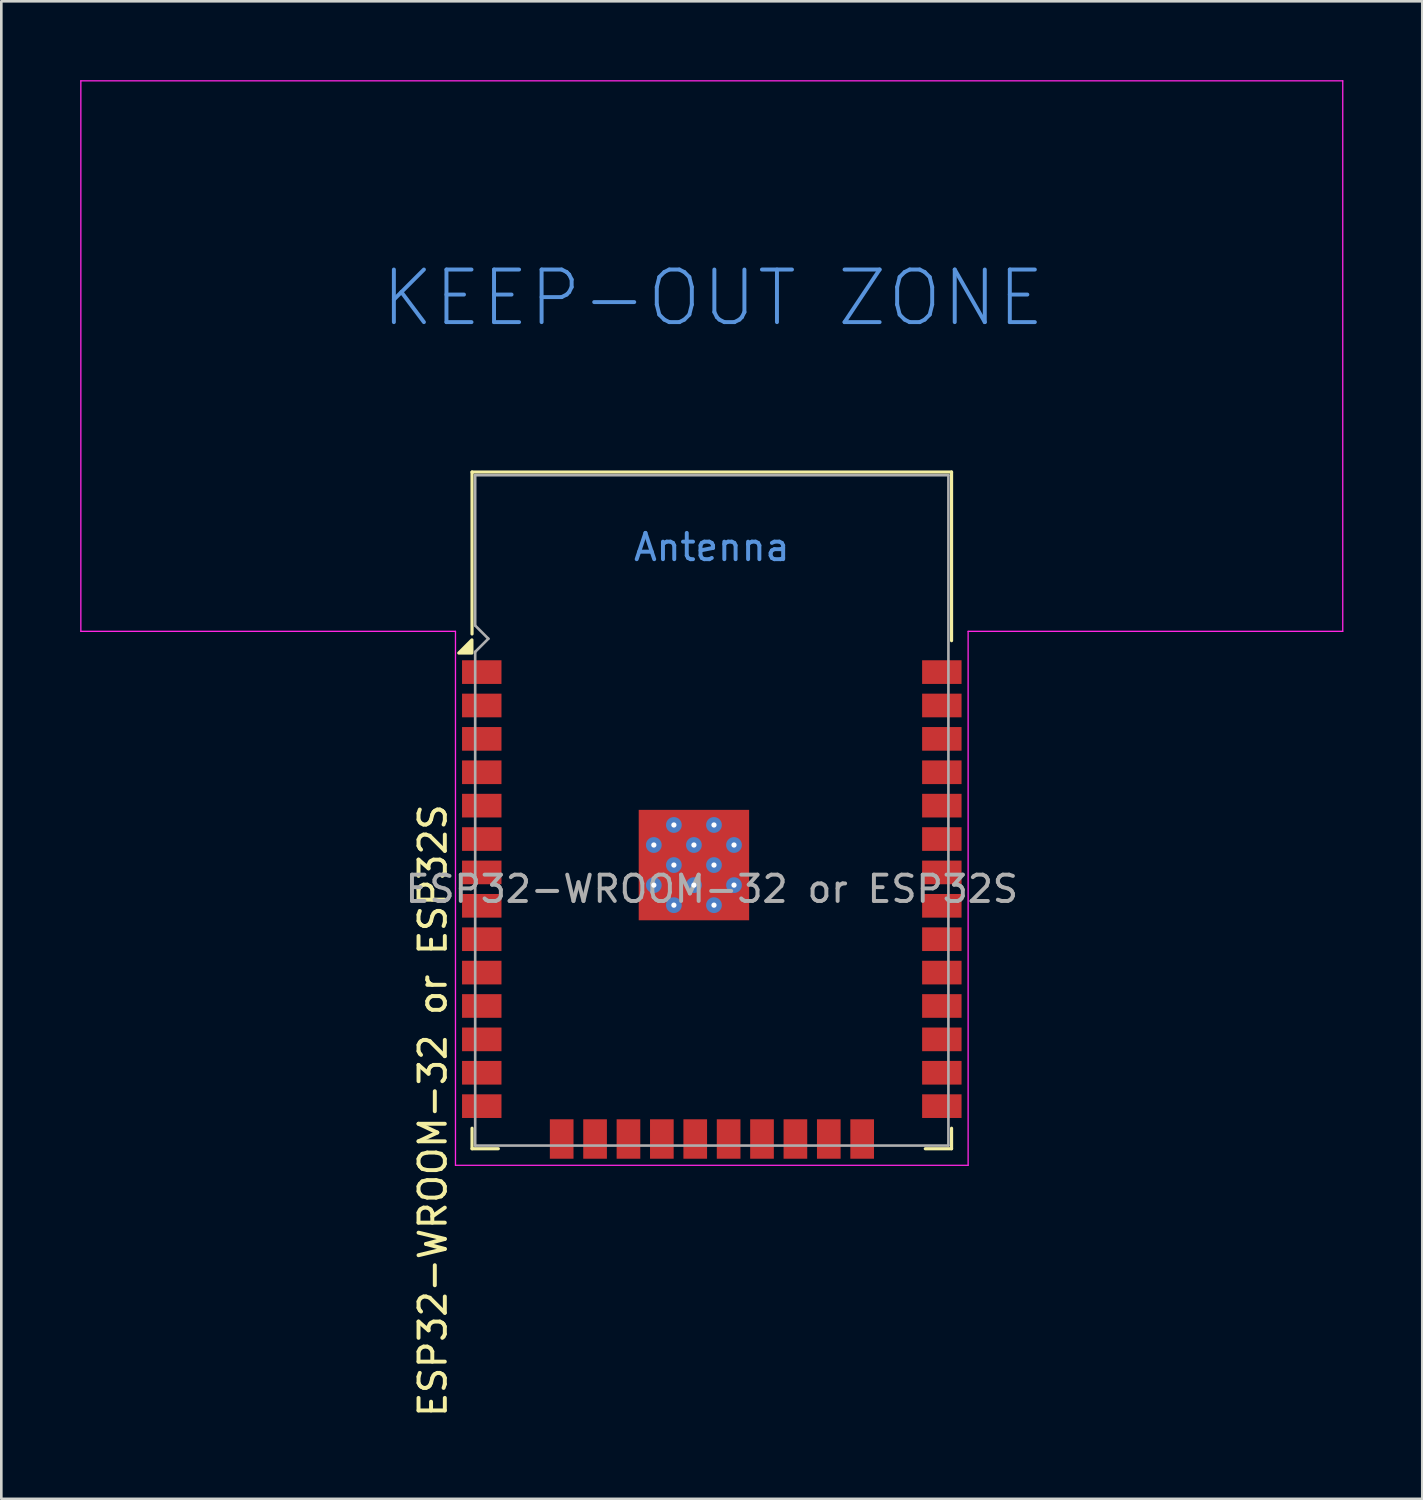
<source format=kicad_pcb>
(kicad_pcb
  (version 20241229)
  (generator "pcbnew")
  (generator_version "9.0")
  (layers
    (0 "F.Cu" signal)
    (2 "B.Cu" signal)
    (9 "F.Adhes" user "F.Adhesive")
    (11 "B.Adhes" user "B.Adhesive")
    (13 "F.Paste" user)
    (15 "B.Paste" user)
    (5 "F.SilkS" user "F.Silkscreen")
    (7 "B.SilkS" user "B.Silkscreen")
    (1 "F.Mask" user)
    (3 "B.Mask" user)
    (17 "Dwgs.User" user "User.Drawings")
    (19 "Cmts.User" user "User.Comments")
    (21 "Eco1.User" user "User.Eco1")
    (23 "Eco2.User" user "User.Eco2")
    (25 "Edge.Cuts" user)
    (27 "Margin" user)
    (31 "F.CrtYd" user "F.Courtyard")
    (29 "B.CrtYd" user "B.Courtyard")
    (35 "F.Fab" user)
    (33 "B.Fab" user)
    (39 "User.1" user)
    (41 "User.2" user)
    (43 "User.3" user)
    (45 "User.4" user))
  (footprint "ESP32-WROOM-32 or ESP32S"
    (layer "F.Cu")
    (at 24.025 30.765)
    (property "Reference" "ESP32-WROOM-32 or ESP32S" (at -10.61 8.43 90) (layer "F.SilkS") (effects (font (size 1 1) (thickness 0.15))))
    (attr smd)
    (fp_line (start -9.12 -15.86) (end -9.12 -9.7) (stroke (width 0.12) (type solid)) (layer "F.SilkS"))
    (fp_line (start -9.12 -15.86) (end 9.12 -15.86) (stroke (width 0.12) (type solid)) (layer "F.SilkS"))
    (fp_line (start -9.12 9.1) (end -9.12 9.88) (stroke (width 0.12) (type solid)) (layer "F.SilkS"))
    (fp_line (start -9.12 9.88) (end -8.12 9.88) (stroke (width 0.12) (type solid)) (layer "F.SilkS"))
    (fp_line (start 9.12 -15.86) (end 9.12 -9.445) (stroke (width 0.12) (type solid)) (layer "F.SilkS"))
    (fp_line (start 9.12 9.1) (end 9.12 9.88) (stroke (width 0.12) (type solid)) (layer "F.SilkS"))
    (fp_line (start 9.12 9.88) (end 8.12 9.88) (stroke (width 0.12) (type solid)) (layer "F.SilkS"))
    (fp_poly (pts (xy -9.125 -8.975) (xy -9.625 -8.975) (xy -9.125 -9.475) (xy -9.125 -8.975)) (stroke (width 0.12) (type solid)) (fill yes) (layer "F.SilkS"))
    (fp_line (start -24 -30.74) (end -24 -9.8) (stroke (width 0.05) (type solid)) (layer "F.CrtYd"))
    (fp_line (start -24 -9.8) (end -9.75 -9.8) (stroke (width 0.05) (type solid)) (layer "F.CrtYd"))
    (fp_line (start -9.75 10.51) (end -9.75 -9.8) (stroke (width 0.05) (type solid)) (layer "F.CrtYd"))
    (fp_line (start -9.75 10.51) (end 9.75 10.51) (stroke (width 0.05) (type solid)) (layer "F.CrtYd"))
    (fp_line (start 9.75 -9.8) (end 9.75 10.51) (stroke (width 0.05) (type solid)) (layer "F.CrtYd"))
    (fp_line (start 9.75 -9.8) (end 24 -9.8) (stroke (width 0.05) (type solid)) (layer "F.CrtYd"))
    (fp_line (start 24 -30.74) (end -24 -30.74) (stroke (width 0.05) (type solid)) (layer "F.CrtYd"))
    (fp_line (start 24 -9.8) (end 24 -30.74) (stroke (width 0.05) (type solid)) (layer "F.CrtYd"))
    (fp_line (start -9 -15.74) (end -9 -10.02) (stroke (width 0.1) (type solid)) (layer "F.Fab"))
    (fp_line (start -9 -15.74) (end 9 -15.74) (stroke (width 0.1) (type solid)) (layer "F.Fab"))
    (fp_line (start -9 -9.02) (end -9 9.76) (stroke (width 0.1) (type solid)) (layer "F.Fab"))
    (fp_line (start -9 -9.02) (end -8.5 -9.52) (stroke (width 0.1) (type solid)) (layer "F.Fab"))
    (fp_line (start -9 9.76) (end 9 9.76) (stroke (width 0.1) (type solid)) (layer "F.Fab"))
    (fp_line (start -8.5 -9.52) (end -9 -10.02) (stroke (width 0.1) (type solid)) (layer "F.Fab"))
    (fp_line (start 9 9.76) (end 9 -15.74) (stroke (width 0.1) (type solid)) (layer "F.Fab"))
    (fp_text user "KEEP-OUT ZONE" (at 0.05 -22.48 0) (layer "Cmts.User") (effects (font (size 2 2) (thickness 0.15))))
    (fp_text user "Antenna" (at 0 -13 0) (layer "Cmts.User") (effects (font (size 1 1) (thickness 0.15))))
    (fp_text user "${REFERENCE}" (at 0 0 0) (layer "F.Fab") (effects (font (size 1 1) (thickness 0.15))))
    (pad "1" smd rect (at -8.75 -8.25) (size 1.5 0.9) (layers "F.Cu" "F.Mask" "F.Paste"))
    (pad "2" smd rect (at -8.75 -6.98) (size 1.5 0.9) (layers "F.Cu" "F.Mask" "F.Paste"))
    (pad "3" smd rect (at -8.75 -5.71) (size 1.5 0.9) (layers "F.Cu" "F.Mask" "F.Paste"))
    (pad "4" smd rect (at -8.75 -4.44) (size 1.5 0.9) (layers "F.Cu" "F.Mask" "F.Paste"))
    (pad "5" smd rect (at -8.75 -3.17) (size 1.5 0.9) (layers "F.Cu" "F.Mask" "F.Paste"))
    (pad "6" smd rect (at -8.75 -1.9) (size 1.5 0.9) (layers "F.Cu" "F.Mask" "F.Paste"))
    (pad "7" smd rect (at -8.75 -0.63) (size 1.5 0.9) (layers "F.Cu" "F.Mask" "F.Paste"))
    (pad "8" smd rect (at -8.75 0.64) (size 1.5 0.9) (layers "F.Cu" "F.Mask" "F.Paste"))
    (pad "9" smd rect (at -8.75 1.91) (size 1.5 0.9) (layers "F.Cu" "F.Mask" "F.Paste"))
    (pad "10" smd rect (at -8.75 3.18) (size 1.5 0.9) (layers "F.Cu" "F.Mask" "F.Paste"))
    (pad "11" smd rect (at -8.75 4.45) (size 1.5 0.9) (layers "F.Cu" "F.Mask" "F.Paste"))
    (pad "12" smd rect (at -8.75 5.72) (size 1.5 0.9) (layers "F.Cu" "F.Mask" "F.Paste"))
    (pad "13" smd rect (at -8.75 6.99) (size 1.5 0.9) (layers "F.Cu" "F.Mask" "F.Paste"))
    (pad "14" smd rect (at -8.75 8.26) (size 1.5 0.9) (layers "F.Cu" "F.Mask" "F.Paste"))
    (pad "15" smd rect (at -5.71 9.51 90) (size 1.5 0.9) (layers "F.Cu" "F.Mask" "F.Paste"))
    (pad "16" smd rect (at -4.44 9.51 90) (size 1.5 0.9) (layers "F.Cu" "F.Mask" "F.Paste"))
    (pad "17" smd rect (at -3.17 9.51 90) (size 1.5 0.9) (layers "F.Cu" "F.Mask" "F.Paste"))
    (pad "18" smd rect (at -1.9 9.51 90) (size 1.5 0.9) (layers "F.Cu" "F.Mask" "F.Paste"))
    (pad "19" smd rect (at -0.63 9.51 90) (size 1.5 0.9) (layers "F.Cu" "F.Mask" "F.Paste"))
    (pad "20" smd rect (at 0.64 9.51 90) (size 1.5 0.9) (layers "F.Cu" "F.Mask" "F.Paste"))
    (pad "21" smd rect (at 1.91 9.51 90) (size 1.5 0.9) (layers "F.Cu" "F.Mask" "F.Paste"))
    (pad "22" smd rect (at 3.18 9.51 90) (size 1.5 0.9) (layers "F.Cu" "F.Mask" "F.Paste"))
    (pad "23" smd rect (at 4.45 9.51 90) (size 1.5 0.9) (layers "F.Cu" "F.Mask" "F.Paste"))
    (pad "24" smd rect (at 5.72 9.51 90) (size 1.5 0.9) (layers "F.Cu" "F.Mask" "F.Paste"))
    (pad "25" smd rect (at 8.75 8.26) (size 1.5 0.9) (layers "F.Cu" "F.Mask" "F.Paste"))
    (pad "26" smd rect (at 8.75 6.99) (size 1.5 0.9) (layers "F.Cu" "F.Mask" "F.Paste"))
    (pad "27" smd rect (at 8.75 5.72) (size 1.5 0.9) (layers "F.Cu" "F.Mask" "F.Paste"))
    (pad "28" smd rect (at 8.75 4.45) (size 1.5 0.9) (layers "F.Cu" "F.Mask" "F.Paste"))
    (pad "29" smd rect (at 8.75 3.18) (size 1.5 0.9) (layers "F.Cu" "F.Mask" "F.Paste"))
    (pad "30" smd rect (at 8.75 1.91) (size 1.5 0.9) (layers "F.Cu" "F.Mask" "F.Paste"))
    (pad "31" smd rect (at 8.75 0.64) (size 1.5 0.9) (layers "F.Cu" "F.Mask" "F.Paste"))
    (pad "32" smd rect (at 8.75 -0.63) (size 1.5 0.9) (layers "F.Cu" "F.Mask" "F.Paste"))
    (pad "33" smd rect (at 8.75 -1.9) (size 1.5 0.9) (layers "F.Cu" "F.Mask" "F.Paste"))
    (pad "34" smd rect (at 8.75 -3.17) (size 1.5 0.9) (layers "F.Cu" "F.Mask" "F.Paste"))
    (pad "35" smd rect (at 8.75 -4.44) (size 1.5 0.9) (layers "F.Cu" "F.Mask" "F.Paste"))
    (pad "36" smd rect (at 8.75 -5.71) (size 1.5 0.9) (layers "F.Cu" "F.Mask" "F.Paste"))
    (pad "37" smd rect (at 8.75 -6.98) (size 1.5 0.9) (layers "F.Cu" "F.Mask" "F.Paste"))
    (pad "38" smd rect (at 8.75 -8.25) (size 1.5 0.9) (layers "F.Cu" "F.Mask" "F.Paste"))
    (pad "39" smd rect (at -2.205 -2.435) (size 1.05 1.05) (layers "F.Cu" "F.Paste"))
    (pad "39" thru_hole circle (at -2.205 -1.673) (size 0.6 0.6) (drill 0.2) (property pad_prop_heatsink) (layers "*.Cu" "F.Mask"))
    (pad "39" smd rect (at -2.205 -0.91) (size 1.05 1.05) (layers "F.Cu" "F.Paste"))
    (pad "39" thru_hole circle (at -2.205 -0.147) (size 0.6 0.6) (drill 0.2) (property pad_prop_heatsink) (layers "*.Cu" "F.Mask"))
    (pad "39" smd rect (at -2.205 0.615) (size 1.05 1.05) (layers "F.Cu" "F.Paste"))
    (pad "39" thru_hole circle (at -1.442 -2.435) (size 0.6 0.6) (drill 0.2) (property pad_prop_heatsink) (layers "*.Cu" "F.Mask"))
    (pad "39" thru_hole circle (at -1.442 -0.91) (size 0.6 0.6) (drill 0.2) (property pad_prop_heatsink) (layers "*.Cu" "F.Mask"))
    (pad "39" thru_hole circle (at -1.442 0.615) (size 0.6 0.6) (drill 0.2) (property pad_prop_heatsink) (layers "*.Cu" "F.Mask"))
    (pad "39" smd rect (at -0.68 -2.435) (size 1.05 1.05) (layers "F.Cu" "F.Paste"))
    (pad "39" thru_hole circle (at -0.68 -1.673) (size 0.6 0.6) (drill 0.2) (property pad_prop_heatsink) (layers "*.Cu" "F.Mask"))
    (pad "39" smd rect (at -0.68 -0.91) (size 1.05 1.05) (layers "F.Cu" "F.Paste"))
    (pad "39" smd rect (at -0.68 -0.91) (size 4.2 4.2) (property pad_prop_heatsink) (layers "F.Cu" "F.Mask"))
    (pad "39" thru_hole circle (at -0.68 -0.147) (size 0.6 0.6) (drill 0.2) (property pad_prop_heatsink) (layers "*.Cu" "F.Mask"))
    (pad "39" smd rect (at -0.68 0.615) (size 1.05 1.05) (layers "F.Cu" "F.Paste"))
    (pad "39" thru_hole circle (at 0.083 -2.435) (size 0.6 0.6) (drill 0.2) (property pad_prop_heatsink) (layers "*.Cu" "F.Mask"))
    (pad "39" thru_hole circle (at 0.083 -0.91) (size 0.6 0.6) (drill 0.2) (property pad_prop_heatsink) (layers "*.Cu" "F.Mask"))
    (pad "39" thru_hole circle (at 0.083 0.615) (size 0.6 0.6) (drill 0.2) (property pad_prop_heatsink) (layers "*.Cu" "F.Mask"))
    (pad "39" smd rect (at 0.845 -2.435) (size 1.05 1.05) (layers "F.Cu" "F.Paste"))
    (pad "39" thru_hole circle (at 0.845 -1.673) (size 0.6 0.6) (drill 0.2) (property pad_prop_heatsink) (layers "*.Cu" "F.Mask"))
    (pad "39" smd rect (at 0.845 -0.91) (size 1.05 1.05) (layers "F.Cu" "F.Paste"))
    (pad "39" thru_hole circle (at 0.845 -0.147) (size 0.6 0.6) (drill 0.2) (property pad_prop_heatsink) (layers "*.Cu" "F.Mask"))
    (pad "39" smd rect (at 0.845 0.615) (size 1.05 1.05) (layers "F.Cu" "F.Paste"))
    (zone (net_name "") (layers "F.Cu" "B.Cu") (hatch full 0.508) (connect_pads) (min_thickness 0.254) (filled_areas_thickness no) (keepout (tracks not_allowed) (vias not_allowed) (pads not_allowed) (copperpour not_allowed) (footprints not_allowed)) (placement (enabled no)) (fill) (polygon (pts (xy 0.025 20.965) (xy 48.025 20.965) (xy 48.025 0.025) (xy 0.025 0.025)))))
  (gr_rect
    (start -3 -3)
    (end 51.05 53.963)
    (stroke (width 0.1) (type default))
    (fill no)
    (layer "Edge.Cuts")))
</source>
